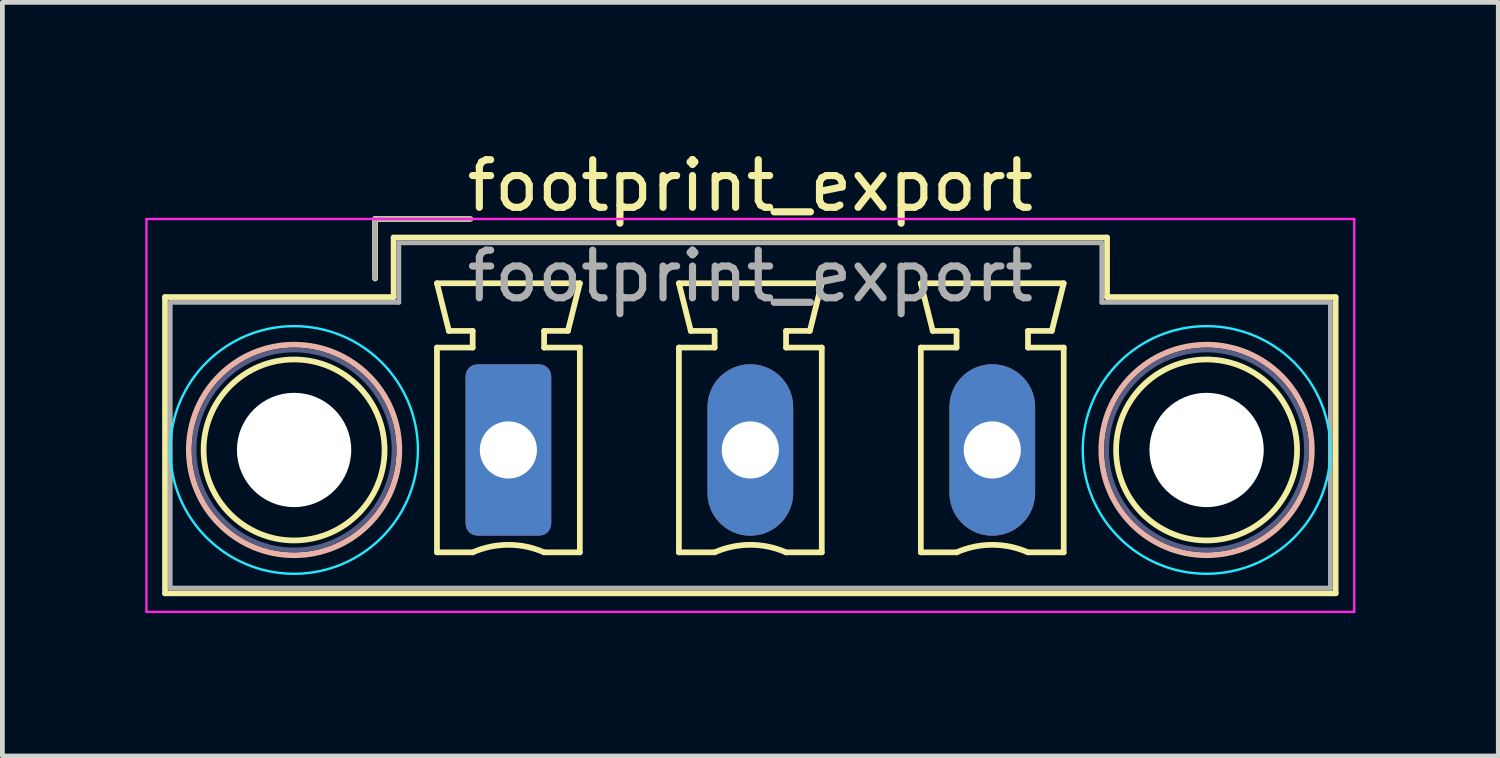
<source format=kicad_pcb>
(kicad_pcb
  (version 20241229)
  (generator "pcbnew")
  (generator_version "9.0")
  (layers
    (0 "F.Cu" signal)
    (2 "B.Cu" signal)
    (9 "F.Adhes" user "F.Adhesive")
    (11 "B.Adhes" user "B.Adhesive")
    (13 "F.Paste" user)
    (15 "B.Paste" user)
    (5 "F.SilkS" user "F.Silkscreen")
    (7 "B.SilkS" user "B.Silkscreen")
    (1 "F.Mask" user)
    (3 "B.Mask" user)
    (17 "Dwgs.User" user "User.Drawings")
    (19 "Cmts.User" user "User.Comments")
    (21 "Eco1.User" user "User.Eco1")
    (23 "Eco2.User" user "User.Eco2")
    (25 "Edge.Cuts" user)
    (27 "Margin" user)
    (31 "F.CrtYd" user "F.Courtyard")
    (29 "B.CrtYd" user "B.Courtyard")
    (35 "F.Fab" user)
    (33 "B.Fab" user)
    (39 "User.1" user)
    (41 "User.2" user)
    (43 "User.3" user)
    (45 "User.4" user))
  (footprint "footprint_export"
    (layer "F.Cu")
    (at 7.625 6.398)
    (property "Reference" "footprint_export" (at 5.08 -5.55 0) (layer "F.SilkS") (effects (font (size 1 1) (thickness 0.15))))
    (attr through_hole)
    (fp_line (start -7.21 -3.21) (end -7.21 3.01) (stroke (width 0.12) (type solid)) (layer "F.SilkS"))
    (fp_line (start -7.21 3.01) (end 17.37 3.01) (stroke (width 0.12) (type solid)) (layer "F.SilkS"))
    (fp_line (start -2.8 -4.85) (end -0.8 -4.85) (stroke (width 0.12) (type solid)) (layer "F.SilkS"))
    (fp_line (start -2.8 -3.6) (end -2.8 -4.85) (stroke (width 0.12) (type solid)) (layer "F.SilkS"))
    (fp_line (start -2.41 -4.46) (end -2.41 -3.21) (stroke (width 0.12) (type solid)) (layer "F.SilkS"))
    (fp_line (start -2.41 -3.21) (end -7.21 -3.21) (stroke (width 0.12) (type solid)) (layer "F.SilkS"))
    (fp_line (start -1.5 -3.5) (end 1.5 -3.5) (stroke (width 0.12) (type solid)) (layer "F.SilkS"))
    (fp_line (start -1.5 -2.15) (end -0.75 -2.15) (stroke (width 0.12) (type solid)) (layer "F.SilkS"))
    (fp_line (start -1.5 2.15) (end -1.5 -2.15) (stroke (width 0.12) (type solid)) (layer "F.SilkS"))
    (fp_line (start -1.25 -2.5) (end -1.5 -3.5) (stroke (width 0.12) (type solid)) (layer "F.SilkS"))
    (fp_line (start -0.75 -2.5) (end -1.25 -2.5) (stroke (width 0.12) (type solid)) (layer "F.SilkS"))
    (fp_line (start -0.75 -2.15) (end -0.75 -2.5) (stroke (width 0.12) (type solid)) (layer "F.SilkS"))
    (fp_line (start -0.75 2.15) (end -1.5 2.15) (stroke (width 0.12) (type solid)) (layer "F.SilkS"))
    (fp_line (start 0.75 -2.5) (end 0.75 -2.15) (stroke (width 0.12) (type solid)) (layer "F.SilkS"))
    (fp_line (start 0.75 -2.15) (end 1.5 -2.15) (stroke (width 0.12) (type solid)) (layer "F.SilkS"))
    (fp_line (start 1.25 -2.5) (end 0.75 -2.5) (stroke (width 0.12) (type solid)) (layer "F.SilkS"))
    (fp_line (start 1.5 -3.5) (end 1.25 -2.5) (stroke (width 0.12) (type solid)) (layer "F.SilkS"))
    (fp_line (start 1.5 -2.15) (end 1.5 2.15) (stroke (width 0.12) (type solid)) (layer "F.SilkS"))
    (fp_line (start 1.5 2.15) (end 0.75 2.15) (stroke (width 0.12) (type solid)) (layer "F.SilkS"))
    (fp_line (start 3.58 -3.5) (end 6.58 -3.5) (stroke (width 0.12) (type solid)) (layer "F.SilkS"))
    (fp_line (start 3.58 -2.15) (end 4.33 -2.15) (stroke (width 0.12) (type solid)) (layer "F.SilkS"))
    (fp_line (start 3.58 2.15) (end 3.58 -2.15) (stroke (width 0.12) (type solid)) (layer "F.SilkS"))
    (fp_line (start 3.83 -2.5) (end 3.58 -3.5) (stroke (width 0.12) (type solid)) (layer "F.SilkS"))
    (fp_line (start 4.33 -2.5) (end 3.83 -2.5) (stroke (width 0.12) (type solid)) (layer "F.SilkS"))
    (fp_line (start 4.33 -2.15) (end 4.33 -2.5) (stroke (width 0.12) (type solid)) (layer "F.SilkS"))
    (fp_line (start 4.33 2.15) (end 3.58 2.15) (stroke (width 0.12) (type solid)) (layer "F.SilkS"))
    (fp_line (start 5.83 -2.5) (end 5.83 -2.15) (stroke (width 0.12) (type solid)) (layer "F.SilkS"))
    (fp_line (start 5.83 -2.15) (end 6.58 -2.15) (stroke (width 0.12) (type solid)) (layer "F.SilkS"))
    (fp_line (start 6.33 -2.5) (end 5.83 -2.5) (stroke (width 0.12) (type solid)) (layer "F.SilkS"))
    (fp_line (start 6.58 -3.5) (end 6.33 -2.5) (stroke (width 0.12) (type solid)) (layer "F.SilkS"))
    (fp_line (start 6.58 -2.15) (end 6.58 2.15) (stroke (width 0.12) (type solid)) (layer "F.SilkS"))
    (fp_line (start 6.58 2.15) (end 5.83 2.15) (stroke (width 0.12) (type solid)) (layer "F.SilkS"))
    (fp_line (start 8.66 -3.5) (end 11.66 -3.5) (stroke (width 0.12) (type solid)) (layer "F.SilkS"))
    (fp_line (start 8.66 -2.15) (end 9.41 -2.15) (stroke (width 0.12) (type solid)) (layer "F.SilkS"))
    (fp_line (start 8.66 2.15) (end 8.66 -2.15) (stroke (width 0.12) (type solid)) (layer "F.SilkS"))
    (fp_line (start 8.91 -2.5) (end 8.66 -3.5) (stroke (width 0.12) (type solid)) (layer "F.SilkS"))
    (fp_line (start 9.41 -2.5) (end 8.91 -2.5) (stroke (width 0.12) (type solid)) (layer "F.SilkS"))
    (fp_line (start 9.41 -2.15) (end 9.41 -2.5) (stroke (width 0.12) (type solid)) (layer "F.SilkS"))
    (fp_line (start 9.41 2.15) (end 8.66 2.15) (stroke (width 0.12) (type solid)) (layer "F.SilkS"))
    (fp_line (start 10.91 -2.5) (end 10.91 -2.15) (stroke (width 0.12) (type solid)) (layer "F.SilkS"))
    (fp_line (start 10.91 -2.15) (end 11.66 -2.15) (stroke (width 0.12) (type solid)) (layer "F.SilkS"))
    (fp_line (start 11.41 -2.5) (end 10.91 -2.5) (stroke (width 0.12) (type solid)) (layer "F.SilkS"))
    (fp_line (start 11.66 -3.5) (end 11.41 -2.5) (stroke (width 0.12) (type solid)) (layer "F.SilkS"))
    (fp_line (start 11.66 -2.15) (end 11.66 2.15) (stroke (width 0.12) (type solid)) (layer "F.SilkS"))
    (fp_line (start 11.66 2.15) (end 10.91 2.15) (stroke (width 0.12) (type solid)) (layer "F.SilkS"))
    (fp_line (start 12.57 -4.46) (end -2.41 -4.46) (stroke (width 0.12) (type solid)) (layer "F.SilkS"))
    (fp_line (start 12.57 -3.21) (end 12.57 -4.46) (stroke (width 0.12) (type solid)) (layer "F.SilkS"))
    (fp_line (start 17.37 -3.21) (end 12.57 -3.21) (stroke (width 0.12) (type solid)) (layer "F.SilkS"))
    (fp_line (start 17.37 3.01) (end 17.37 -3.21) (stroke (width 0.12) (type solid)) (layer "F.SilkS"))
    (fp_arc (start -0.75 2.15) (mid -0.000193 1.99191) (end 0.749647 2.149844) (stroke (width 0.12) (type solid)) (layer "F.SilkS"))
    (fp_arc (start 4.33 2.15) (mid 5.079807 1.99191) (end 5.829647 2.149844) (stroke (width 0.12) (type solid)) (layer "F.SilkS"))
    (fp_arc (start 9.41 2.15) (mid 10.159807 1.99191) (end 10.909647 2.149844) (stroke (width 0.12) (type solid)) (layer "F.SilkS"))
    (fp_circle (center -4.5 0) (end -2.6 0) (stroke (width 0.12) (type solid)) (fill no) (layer "F.SilkS"))
    (fp_circle (center 14.66 0) (end 16.56 0) (stroke (width 0.12) (type solid)) (fill no) (layer "F.SilkS"))
    (fp_circle (center -4.5 0) (end -2.29 0) (stroke (width 0.12) (type solid)) (fill no) (layer "B.SilkS"))
    (fp_circle (center 14.66 0) (end 16.87 0) (stroke (width 0.12) (type solid)) (fill no) (layer "B.SilkS"))
    (fp_circle (center -4.5 0) (end -1.9 0) (stroke (width 0.05) (type solid)) (fill no) (layer "B.CrtYd"))
    (fp_circle (center 14.66 0) (end 17.26 0) (stroke (width 0.05) (type solid)) (fill no) (layer "B.CrtYd"))
    (fp_line (start -7.6 -4.85) (end -7.6 3.4) (stroke (width 0.05) (type solid)) (layer "F.CrtYd"))
    (fp_line (start -7.6 3.4) (end 17.76 3.4) (stroke (width 0.05) (type solid)) (layer "F.CrtYd"))
    (fp_line (start 17.76 -4.85) (end -7.6 -4.85) (stroke (width 0.05) (type solid)) (layer "F.CrtYd"))
    (fp_line (start 17.76 3.4) (end 17.76 -4.85) (stroke (width 0.05) (type solid)) (layer "F.CrtYd"))
    (fp_circle (center -4.5 0) (end -2.4 0) (stroke (width 0.1) (type solid)) (fill no) (layer "B.Fab"))
    (fp_circle (center 14.66 0) (end 16.76 0) (stroke (width 0.1) (type solid)) (fill no) (layer "B.Fab"))
    (fp_line (start -7.1 -3.1) (end -7.1 2.9) (stroke (width 0.1) (type solid)) (layer "F.Fab"))
    (fp_line (start -7.1 2.9) (end 17.26 2.9) (stroke (width 0.1) (type solid)) (layer "F.Fab"))
    (fp_line (start -2.8 -4.85) (end -0.8 -4.85) (stroke (width 0.1) (type solid)) (layer "F.Fab"))
    (fp_line (start -2.8 -3.6) (end -2.8 -4.85) (stroke (width 0.1) (type solid)) (layer "F.Fab"))
    (fp_line (start -2.3 -4.35) (end -2.3 -3.1) (stroke (width 0.1) (type solid)) (layer "F.Fab"))
    (fp_line (start -2.3 -3.1) (end -7.1 -3.1) (stroke (width 0.1) (type solid)) (layer "F.Fab"))
    (fp_line (start 12.46 -4.35) (end -2.3 -4.35) (stroke (width 0.1) (type solid)) (layer "F.Fab"))
    (fp_line (start 12.46 -3.1) (end 12.46 -4.35) (stroke (width 0.1) (type solid)) (layer "F.Fab"))
    (fp_line (start 17.26 -3.1) (end 12.46 -3.1) (stroke (width 0.1) (type solid)) (layer "F.Fab"))
    (fp_line (start 17.26 2.9) (end 17.26 -3.1) (stroke (width 0.1) (type solid)) (layer "F.Fab"))
    (fp_text user "${REFERENCE}" (at 5.08 -3.65 0) (layer "F.Fab") (effects (font (size 1 1) (thickness 0.15))))
    (pad "" np_thru_hole circle (at -4.5 0) (size 2.4 2.4) (drill 2.4) (layers "*.Cu" "*.Mask"))
    (pad "" np_thru_hole circle (at 14.66 0) (size 2.4 2.4) (drill 2.4) (layers "*.Cu" "*.Mask"))
    (pad "1" thru_hole roundrect (at 0 0) (size 1.8 3.6) (drill 1.2) (layers "*.Cu" "*.Mask") (roundrect_rratio 0.139))
    (pad "2" thru_hole oval (at 5.08 0) (size 1.8 3.6) (drill 1.2) (layers "*.Cu" "*.Mask"))
    (pad "3" thru_hole oval (at 10.16 0) (size 1.8 3.6) (drill 1.2) (layers "*.Cu" "*.Mask")))
  (gr_rect
    (start -3 -3)
    (end 28.41 12.823)
    (stroke (width 0.1) (type default))
    (fill no)
    (layer "Edge.Cuts")))
</source>
